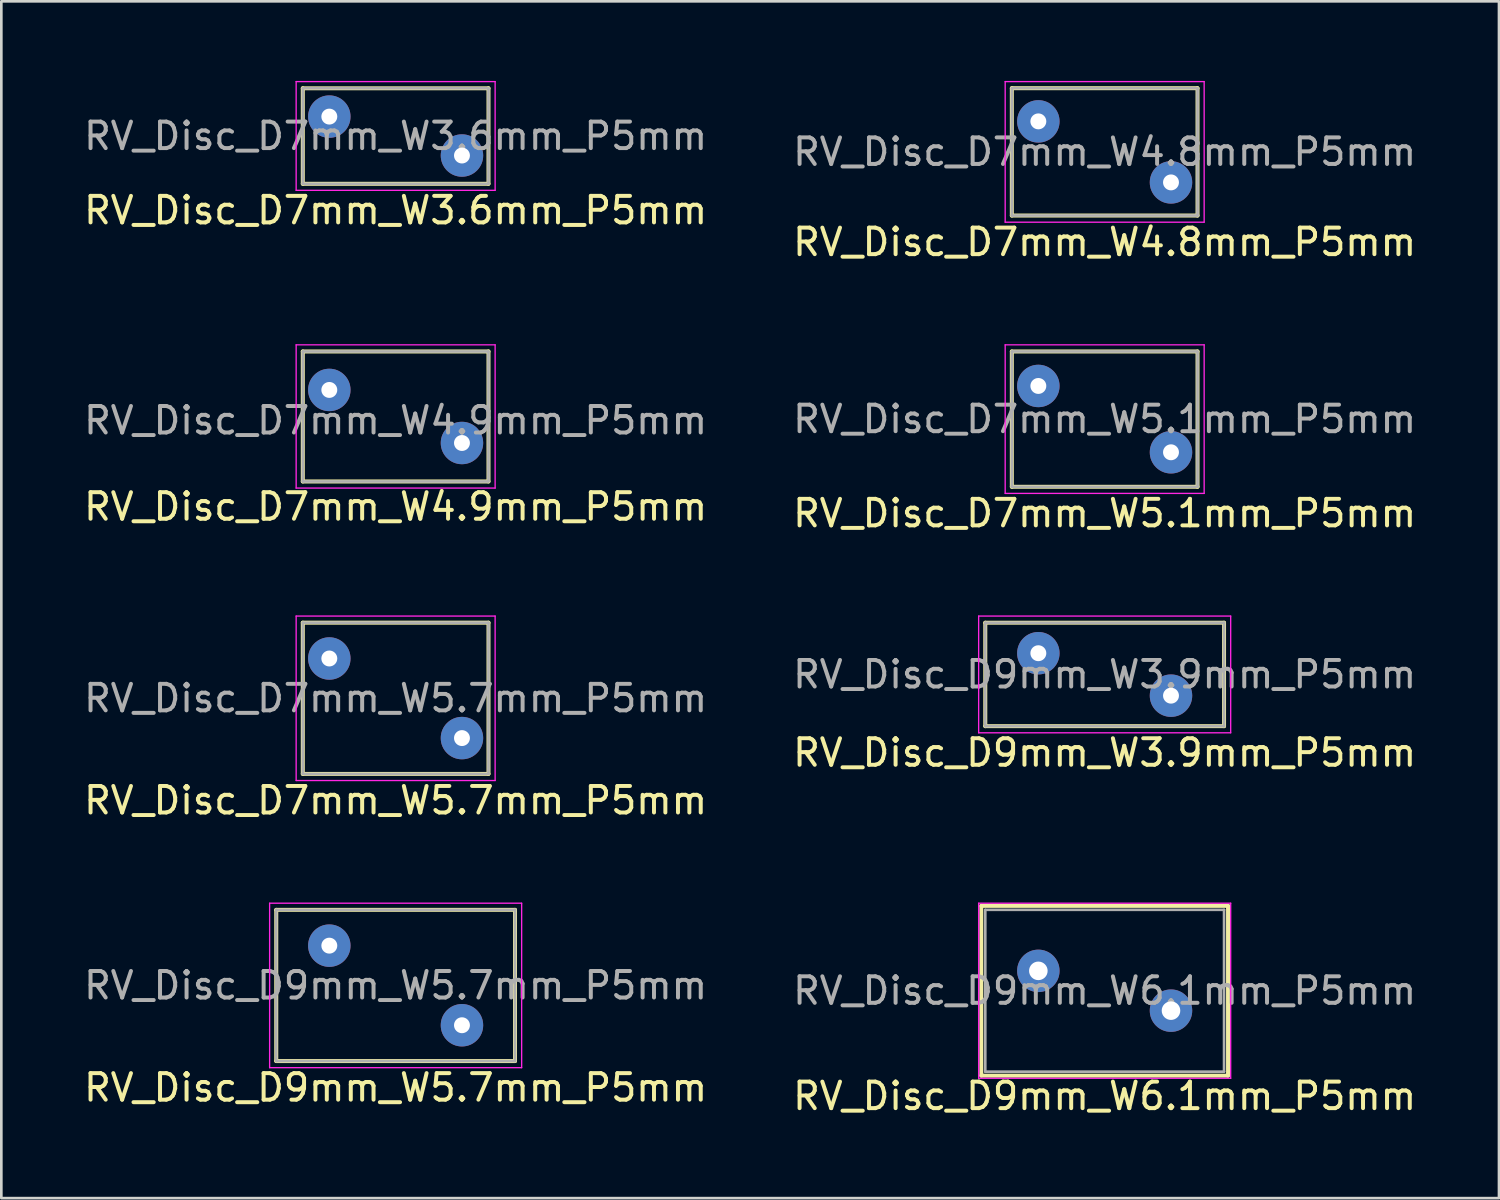
<source format=kicad_pcb>
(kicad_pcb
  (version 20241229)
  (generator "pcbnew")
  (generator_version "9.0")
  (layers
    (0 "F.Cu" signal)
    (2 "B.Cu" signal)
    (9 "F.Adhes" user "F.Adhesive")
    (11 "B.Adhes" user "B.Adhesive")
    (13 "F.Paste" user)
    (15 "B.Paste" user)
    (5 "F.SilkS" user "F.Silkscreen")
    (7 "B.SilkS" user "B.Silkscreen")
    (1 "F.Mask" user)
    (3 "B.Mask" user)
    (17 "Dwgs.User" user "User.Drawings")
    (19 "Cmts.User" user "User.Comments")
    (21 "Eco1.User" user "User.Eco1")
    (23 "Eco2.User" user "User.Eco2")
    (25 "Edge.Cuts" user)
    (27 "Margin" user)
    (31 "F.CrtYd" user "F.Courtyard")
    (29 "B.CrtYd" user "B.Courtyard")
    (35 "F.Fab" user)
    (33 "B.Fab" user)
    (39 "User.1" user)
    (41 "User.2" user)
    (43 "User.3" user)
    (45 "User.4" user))
  (footprint "RV_Disc_D7mm_W3.6mm_P5mm"
    (layer "F.Cu")
    (at 9.363 1.345)
    (property "Reference" "RV_Disc_D7mm_W3.6mm_P5mm" (at 2.5 3.533 0) (layer "F.SilkS") (effects (font (size 1 1) (thickness 0.15))))
    (attr through_hole)
    (fp_line (start -1 -1.067) (end -1 2.533) (stroke (width 0.15) (type solid)) (layer "F.SilkS"))
    (fp_line (start -1 -1.067) (end 6 -1.067) (stroke (width 0.15) (type solid)) (layer "F.SilkS"))
    (fp_line (start -1 2.533) (end 6 2.533) (stroke (width 0.15) (type solid)) (layer "F.SilkS"))
    (fp_line (start 6 -1.067) (end 6 2.533) (stroke (width 0.15) (type solid)) (layer "F.SilkS"))
    (fp_line (start -1.25 -1.32) (end -1.25 2.78) (stroke (width 0.05) (type solid)) (layer "F.CrtYd"))
    (fp_line (start -1.25 -1.32) (end 6.25 -1.32) (stroke (width 0.05) (type solid)) (layer "F.CrtYd"))
    (fp_line (start -1.25 2.78) (end 6.25 2.78) (stroke (width 0.05) (type solid)) (layer "F.CrtYd"))
    (fp_line (start 6.25 -1.32) (end 6.25 2.78) (stroke (width 0.05) (type solid)) (layer "F.CrtYd"))
    (fp_line (start -1 -1.067) (end -1 2.533) (stroke (width 0.1) (type solid)) (layer "F.Fab"))
    (fp_line (start -1 -1.067) (end 6 -1.067) (stroke (width 0.1) (type solid)) (layer "F.Fab"))
    (fp_line (start -1 2.533) (end 6 2.533) (stroke (width 0.1) (type solid)) (layer "F.Fab"))
    (fp_line (start 6 -1.067) (end 6 2.533) (stroke (width 0.1) (type solid)) (layer "F.Fab"))
    (fp_text user "${REFERENCE}" (at 2.5 0.733 0) (layer "F.Fab") (effects (font (size 1 1) (thickness 0.15))))
    (pad "1" thru_hole circle (at 0 0) (size 1.6 1.6) (drill 0.6) (layers "*.Cu" "*.Mask"))
    (pad "2" thru_hole circle (at 5 1.467) (size 1.6 1.6) (drill 0.6) (layers "*.Cu" "*.Mask")))
  (footprint "RV_Disc_D7mm_W4.8mm_P5mm"
    (layer "F.Cu")
    (at 36.089 1.525)
    (property "Reference" "RV_Disc_D7mm_W4.8mm_P5mm" (at 2.5 4.55 0) (layer "F.SilkS") (effects (font (size 1 1) (thickness 0.15))))
    (attr through_hole)
    (fp_line (start -1 -1.25) (end -1 3.55) (stroke (width 0.15) (type solid)) (layer "F.SilkS"))
    (fp_line (start -1 -1.25) (end 6 -1.25) (stroke (width 0.15) (type solid)) (layer "F.SilkS"))
    (fp_line (start -1 3.55) (end 6 3.55) (stroke (width 0.15) (type solid)) (layer "F.SilkS"))
    (fp_line (start 6 -1.25) (end 6 3.55) (stroke (width 0.15) (type solid)) (layer "F.SilkS"))
    (fp_line (start -1.25 -1.5) (end -1.25 3.8) (stroke (width 0.05) (type solid)) (layer "F.CrtYd"))
    (fp_line (start -1.25 -1.5) (end 6.25 -1.5) (stroke (width 0.05) (type solid)) (layer "F.CrtYd"))
    (fp_line (start -1.25 3.8) (end 6.25 3.8) (stroke (width 0.05) (type solid)) (layer "F.CrtYd"))
    (fp_line (start 6.25 -1.5) (end 6.25 3.8) (stroke (width 0.05) (type solid)) (layer "F.CrtYd"))
    (fp_line (start -1 -1.25) (end -1 3.55) (stroke (width 0.1) (type solid)) (layer "F.Fab"))
    (fp_line (start -1 -1.25) (end 6 -1.25) (stroke (width 0.1) (type solid)) (layer "F.Fab"))
    (fp_line (start -1 3.55) (end 6 3.55) (stroke (width 0.1) (type solid)) (layer "F.Fab"))
    (fp_line (start 6 -1.25) (end 6 3.55) (stroke (width 0.1) (type solid)) (layer "F.Fab"))
    (fp_text user "${REFERENCE}" (at 2.5 1.15 0) (layer "F.Fab") (effects (font (size 1 1) (thickness 0.15))))
    (pad "1" thru_hole circle (at 0 0) (size 1.6 1.6) (drill 0.6) (layers "*.Cu" "*.Mask"))
    (pad "2" thru_hole circle (at 5 2.3) (size 1.6 1.6) (drill 0.6) (layers "*.Cu" "*.Mask")))
  (footprint "RV_Disc_D9mm_W5.7mm_P5mm"
    (layer "F.Cu")
    (at 9.363 32.595)
    (property "Reference" "RV_Disc_D9mm_W5.7mm_P5mm" (at 2.5 5.35 0) (layer "F.SilkS") (effects (font (size 1 1) (thickness 0.15))))
    (attr through_hole)
    (fp_line (start -2 -1.35) (end -2 4.35) (stroke (width 0.15) (type solid)) (layer "F.SilkS"))
    (fp_line (start -2 -1.35) (end 7 -1.35) (stroke (width 0.15) (type solid)) (layer "F.SilkS"))
    (fp_line (start -2 4.35) (end 7 4.35) (stroke (width 0.15) (type solid)) (layer "F.SilkS"))
    (fp_line (start 7 -1.35) (end 7 4.35) (stroke (width 0.15) (type solid)) (layer "F.SilkS"))
    (fp_line (start -2.25 -1.6) (end -2.25 4.6) (stroke (width 0.05) (type solid)) (layer "F.CrtYd"))
    (fp_line (start -2.25 -1.6) (end 7.25 -1.6) (stroke (width 0.05) (type solid)) (layer "F.CrtYd"))
    (fp_line (start -2.25 4.6) (end 7.25 4.6) (stroke (width 0.05) (type solid)) (layer "F.CrtYd"))
    (fp_line (start 7.25 -1.6) (end 7.25 4.6) (stroke (width 0.05) (type solid)) (layer "F.CrtYd"))
    (fp_line (start -2 -1.35) (end -2 4.35) (stroke (width 0.1) (type solid)) (layer "F.Fab"))
    (fp_line (start -2 -1.35) (end 7 -1.35) (stroke (width 0.1) (type solid)) (layer "F.Fab"))
    (fp_line (start -2 4.35) (end 7 4.35) (stroke (width 0.1) (type solid)) (layer "F.Fab"))
    (fp_line (start 7 -1.35) (end 7 4.35) (stroke (width 0.1) (type solid)) (layer "F.Fab"))
    (fp_text user "${REFERENCE}" (at 2.5 1.5 0) (layer "F.Fab") (effects (font (size 1 1) (thickness 0.15))))
    (pad "1" thru_hole circle (at 0 0) (size 1.6 1.6) (drill 0.6) (layers "*.Cu" "*.Mask"))
    (pad "2" thru_hole circle (at 5 3) (size 1.6 1.6) (drill 0.6) (layers "*.Cu" "*.Mask")))
  (footprint "RV_Disc_D7mm_W5.1mm_P5mm"
    (layer "F.Cu")
    (at 36.089 11.498)
    (property "Reference" "RV_Disc_D7mm_W5.1mm_P5mm" (at 2.5 4.8 0) (layer "F.SilkS") (effects (font (size 1 1) (thickness 0.15))))
    (attr through_hole)
    (fp_line (start -1 -1.3) (end -1 3.8) (stroke (width 0.15) (type solid)) (layer "F.SilkS"))
    (fp_line (start -1 -1.3) (end 6 -1.3) (stroke (width 0.15) (type solid)) (layer "F.SilkS"))
    (fp_line (start -1 3.8) (end 6 3.8) (stroke (width 0.15) (type solid)) (layer "F.SilkS"))
    (fp_line (start 6 -1.3) (end 6 3.8) (stroke (width 0.15) (type solid)) (layer "F.SilkS"))
    (fp_line (start -1.25 -1.55) (end -1.25 4.05) (stroke (width 0.05) (type solid)) (layer "F.CrtYd"))
    (fp_line (start -1.25 -1.55) (end 6.25 -1.55) (stroke (width 0.05) (type solid)) (layer "F.CrtYd"))
    (fp_line (start -1.25 4.05) (end 6.25 4.05) (stroke (width 0.05) (type solid)) (layer "F.CrtYd"))
    (fp_line (start 6.25 -1.55) (end 6.25 4.05) (stroke (width 0.05) (type solid)) (layer "F.CrtYd"))
    (fp_line (start -1 -1.3) (end -1 3.8) (stroke (width 0.1) (type solid)) (layer "F.Fab"))
    (fp_line (start -1 -1.3) (end 6 -1.3) (stroke (width 0.1) (type solid)) (layer "F.Fab"))
    (fp_line (start -1 3.8) (end 6 3.8) (stroke (width 0.1) (type solid)) (layer "F.Fab"))
    (fp_line (start 6 -1.3) (end 6 3.8) (stroke (width 0.1) (type solid)) (layer "F.Fab"))
    (fp_text user "${REFERENCE}" (at 2.5 1.25 0) (layer "F.Fab") (effects (font (size 1 1) (thickness 0.15))))
    (pad "1" thru_hole circle (at 0 0) (size 1.6 1.6) (drill 0.6) (layers "*.Cu" "*.Mask"))
    (pad "2" thru_hole circle (at 5 2.5) (size 1.6 1.6) (drill 0.6) (layers "*.Cu" "*.Mask")))
  (footprint "RV_Disc_D7mm_W4.9mm_P5mm"
    (layer "F.Cu")
    (at 9.363 11.648)
    (property "Reference" "RV_Disc_D7mm_W4.9mm_P5mm" (at 2.5 4.4 0) (layer "F.SilkS") (effects (font (size 1 1) (thickness 0.15))))
    (attr through_hole)
    (fp_line (start -1 -1.45) (end -1 3.45) (stroke (width 0.15) (type solid)) (layer "F.SilkS"))
    (fp_line (start -1 -1.45) (end 6 -1.45) (stroke (width 0.15) (type solid)) (layer "F.SilkS"))
    (fp_line (start -1 3.45) (end 6 3.45) (stroke (width 0.15) (type solid)) (layer "F.SilkS"))
    (fp_line (start 6 -1.45) (end 6 3.45) (stroke (width 0.15) (type solid)) (layer "F.SilkS"))
    (fp_line (start -1.25 -1.7) (end -1.25 3.7) (stroke (width 0.05) (type solid)) (layer "F.CrtYd"))
    (fp_line (start -1.25 -1.7) (end 6.25 -1.7) (stroke (width 0.05) (type solid)) (layer "F.CrtYd"))
    (fp_line (start -1.25 3.7) (end 6.25 3.7) (stroke (width 0.05) (type solid)) (layer "F.CrtYd"))
    (fp_line (start 6.25 -1.7) (end 6.25 3.7) (stroke (width 0.05) (type solid)) (layer "F.CrtYd"))
    (fp_line (start -1 -1.45) (end -1 3.45) (stroke (width 0.1) (type solid)) (layer "F.Fab"))
    (fp_line (start -1 -1.45) (end 6 -1.45) (stroke (width 0.1) (type solid)) (layer "F.Fab"))
    (fp_line (start -1 3.45) (end 6 3.45) (stroke (width 0.1) (type solid)) (layer "F.Fab"))
    (fp_line (start 6 -1.45) (end 6 3.44) (stroke (width 0.1) (type solid)) (layer "F.Fab"))
    (fp_text user "${REFERENCE}" (at 2.5 1.15 0) (layer "F.Fab") (effects (font (size 1 1) (thickness 0.15))))
    (pad "1" thru_hole circle (at 0 0) (size 1.6 1.6) (drill 0.6) (layers "*.Cu" "*.Mask"))
    (pad "2" thru_hole circle (at 5 2) (size 1.6 1.6) (drill 0.6) (layers "*.Cu" "*.Mask")))
  (footprint "RV_Disc_D9mm_W6.1mm_P5mm"
    (layer "F.Cu")
    (at 36.089 33.545)
    (property "Reference" "RV_Disc_D9mm_W6.1mm_P5mm" (at 2.5 4.72 0) (layer "F.SilkS") (effects (font (size 1 1) (thickness 0.15))))
    (attr through_hole)
    (fp_line (start -2.15 -2.45) (end -2.15 3.95) (stroke (width 0.15) (type solid)) (layer "F.SilkS"))
    (fp_line (start -2.15 -2.45) (end 7.15 -2.45) (stroke (width 0.15) (type solid)) (layer "F.SilkS"))
    (fp_line (start -2.15 3.95) (end 7.15 3.95) (stroke (width 0.15) (type solid)) (layer "F.SilkS"))
    (fp_line (start 7.15 -2.45) (end 7.15 3.95) (stroke (width 0.15) (type solid)) (layer "F.SilkS"))
    (fp_line (start -2.25 -2.55) (end -2.25 4.05) (stroke (width 0.05) (type solid)) (layer "F.CrtYd"))
    (fp_line (start -2.25 -2.55) (end 7.25 -2.55) (stroke (width 0.05) (type solid)) (layer "F.CrtYd"))
    (fp_line (start -2.25 4.05) (end 7.25 4.05) (stroke (width 0.05) (type solid)) (layer "F.CrtYd"))
    (fp_line (start 7.25 -2.55) (end 7.25 4.05) (stroke (width 0.05) (type solid)) (layer "F.CrtYd"))
    (fp_line (start -2 -2.3) (end -2 3.8) (stroke (width 0.1) (type solid)) (layer "F.Fab"))
    (fp_line (start -2 -2.3) (end 7 -2.3) (stroke (width 0.1) (type solid)) (layer "F.Fab"))
    (fp_line (start -2 3.8) (end 7 3.8) (stroke (width 0.1) (type solid)) (layer "F.Fab"))
    (fp_line (start 7 -2.3) (end 7 3.8) (stroke (width 0.1) (type solid)) (layer "F.Fab"))
    (fp_text user "${REFERENCE}" (at 2.5 0.75 0) (layer "F.Fab") (effects (font (size 1 1) (thickness 0.15))))
    (pad "1" thru_hole circle (at 0 0) (size 1.6 1.6) (drill 0.7) (layers "*.Cu" "*.Mask"))
    (pad "2" thru_hole circle (at 5 1.5 90) (size 1.6 1.6) (drill 0.7) (layers "*.Cu" "*.Mask")))
  (footprint "RV_Disc_D7mm_W5.7mm_P5mm"
    (layer "F.Cu")
    (at 9.363 21.771)
    (property "Reference" "RV_Disc_D7mm_W5.7mm_P5mm" (at 2.5 5.35 0) (layer "F.SilkS") (effects (font (size 1 1) (thickness 0.15))))
    (attr through_hole)
    (fp_line (start -1 -1.35) (end -1 4.35) (stroke (width 0.15) (type solid)) (layer "F.SilkS"))
    (fp_line (start -1 -1.35) (end 6 -1.35) (stroke (width 0.15) (type solid)) (layer "F.SilkS"))
    (fp_line (start -1 4.35) (end 6 4.35) (stroke (width 0.15) (type solid)) (layer "F.SilkS"))
    (fp_line (start 6 -1.35) (end 6 4.35) (stroke (width 0.15) (type solid)) (layer "F.SilkS"))
    (fp_line (start -1.25 -1.6) (end -1.25 4.6) (stroke (width 0.05) (type solid)) (layer "F.CrtYd"))
    (fp_line (start -1.25 -1.6) (end 6.25 -1.6) (stroke (width 0.05) (type solid)) (layer "F.CrtYd"))
    (fp_line (start -1.25 4.6) (end 6.25 4.6) (stroke (width 0.05) (type solid)) (layer "F.CrtYd"))
    (fp_line (start 6.25 -1.6) (end 6.25 4.6) (stroke (width 0.05) (type solid)) (layer "F.CrtYd"))
    (fp_line (start -1 -1.35) (end -1 4.35) (stroke (width 0.1) (type solid)) (layer "F.Fab"))
    (fp_line (start -1 -1.35) (end 6 -1.35) (stroke (width 0.1) (type solid)) (layer "F.Fab"))
    (fp_line (start -1 4.35) (end 6 4.35) (stroke (width 0.1) (type solid)) (layer "F.Fab"))
    (fp_line (start 6 -1.35) (end 6 4.35) (stroke (width 0.1) (type solid)) (layer "F.Fab"))
    (fp_text user "${REFERENCE}" (at 2.5 1.5 0) (layer "F.Fab") (effects (font (size 1 1) (thickness 0.15))))
    (pad "1" thru_hole circle (at 0 0) (size 1.6 1.6) (drill 0.6) (layers "*.Cu" "*.Mask"))
    (pad "2" thru_hole circle (at 5 3) (size 1.6 1.6) (drill 0.6) (layers "*.Cu" "*.Mask")))
  (footprint "RV_Disc_D9mm_W3.9mm_P5mm"
    (layer "F.Cu")
    (at 36.089 21.572)
    (property "Reference" "RV_Disc_D9mm_W3.9mm_P5mm" (at 2.5 3.75 0) (layer "F.SilkS") (effects (font (size 1 1) (thickness 0.15))))
    (attr through_hole)
    (fp_line (start -2 -1.15) (end -2 2.75) (stroke (width 0.15) (type solid)) (layer "F.SilkS"))
    (fp_line (start -2 -1.15) (end 7 -1.15) (stroke (width 0.15) (type solid)) (layer "F.SilkS"))
    (fp_line (start -2 2.75) (end 7 2.75) (stroke (width 0.15) (type solid)) (layer "F.SilkS"))
    (fp_line (start 7 -1.15) (end 7 2.75) (stroke (width 0.15) (type solid)) (layer "F.SilkS"))
    (fp_line (start -2.25 -1.4) (end -2.25 3) (stroke (width 0.05) (type solid)) (layer "F.CrtYd"))
    (fp_line (start -2.25 -1.4) (end 7.25 -1.4) (stroke (width 0.05) (type solid)) (layer "F.CrtYd"))
    (fp_line (start -2.25 3) (end 7.25 3) (stroke (width 0.05) (type solid)) (layer "F.CrtYd"))
    (fp_line (start 7.25 -1.4) (end 7.25 3) (stroke (width 0.05) (type solid)) (layer "F.CrtYd"))
    (fp_line (start -2 -1.15) (end -2 2.75) (stroke (width 0.1) (type solid)) (layer "F.Fab"))
    (fp_line (start -2 -1.15) (end 7 -1.15) (stroke (width 0.1) (type solid)) (layer "F.Fab"))
    (fp_line (start -2 2.75) (end 7 2.75) (stroke (width 0.1) (type solid)) (layer "F.Fab"))
    (fp_line (start 7 -1.15) (end 7 2.75) (stroke (width 0.1) (type solid)) (layer "F.Fab"))
    (fp_text user "${REFERENCE}" (at 2.5 0.8 0) (layer "F.Fab") (effects (font (size 1 1) (thickness 0.15))))
    (pad "1" thru_hole circle (at 0 0) (size 1.6 1.6) (drill 0.6) (layers "*.Cu" "*.Mask"))
    (pad "2" thru_hole circle (at 5 1.6) (size 1.6 1.6) (drill 0.6) (layers "*.Cu" "*.Mask")))
  (gr_rect
    (start -3 -3)
    (end 53.452 42.113)
    (stroke (width 0.1) (type default))
    (fill no)
    (layer "Edge.Cuts")))
</source>
